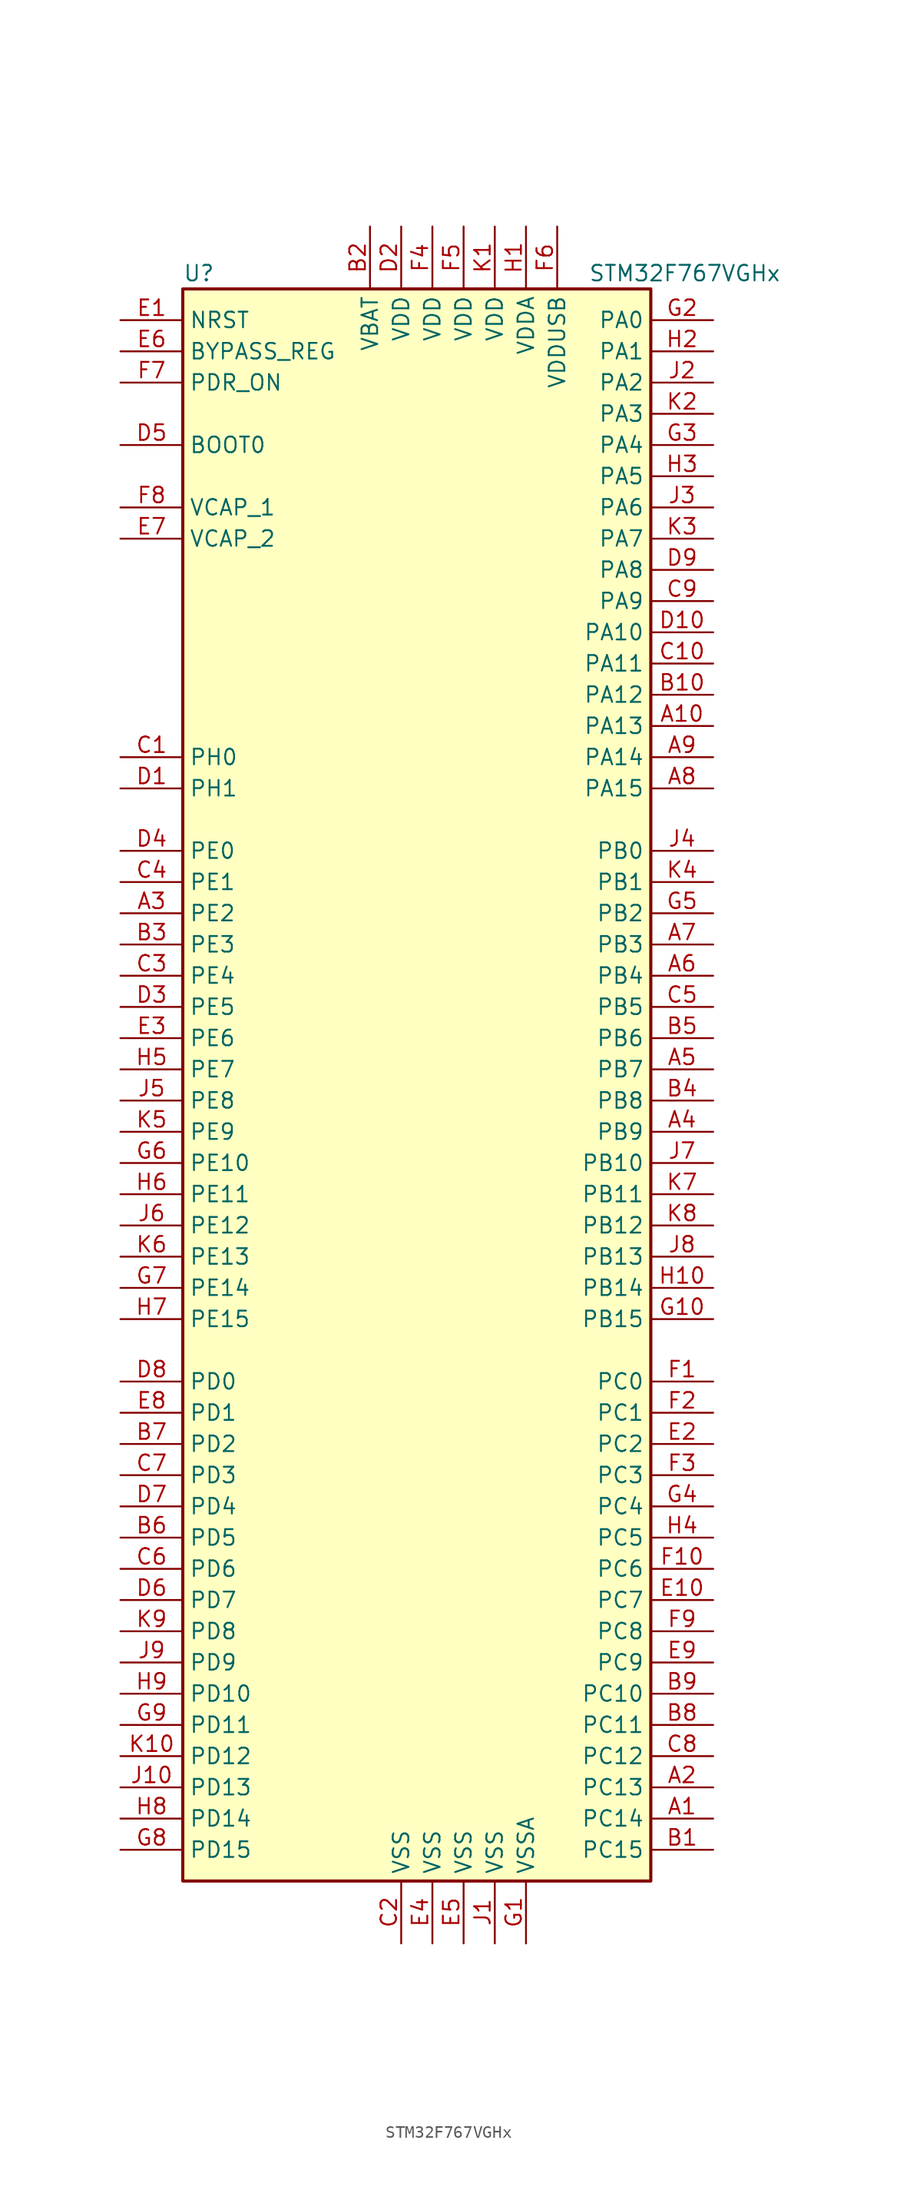
<source format=kicad_sym>
(kicad_symbol_lib
  (version 20220914)
  (generator kicad_symbol_editor)
  (symbol "STM32F767VGHx"
    (property "Reference" "U"
      (at -20.32 64.77 0)
      (effects (font (size 1.27 1.27)) (justify left)))
    (property "Value" "STM32F767VGHx"
      (at 12.7 64.77 0)
      (effects (font (size 1.27 1.27)) (justify left)))
    (symbol "STM32F767VGHx_0_1"
      (rectangle (start -20.32 -66.04) (end 17.78 63.5) (stroke (width 0.254) (type default)) (fill (type background))))
    (symbol "STM32F767VGHx_1_1"
      (pin bidirectional line (at 22.86 -60.96 180) (length 5.08) (name "PC14" (effects (font (size 1.27 1.27)))) (number "A1" (effects (font (size 1.27 1.27)))))
      (pin bidirectional line (at 22.86 27.94 180) (length 5.08) (name "PA13" (effects (font (size 1.27 1.27)))) (number "A10" (effects (font (size 1.27 1.27)))))
      (pin bidirectional line (at 22.86 -58.42 180) (length 5.08) (name "PC13" (effects (font (size 1.27 1.27)))) (number "A2" (effects (font (size 1.27 1.27)))))
      (pin bidirectional line (at -25.4 12.7 0) (length 5.08) (name "PE2" (effects (font (size 1.27 1.27)))) (number "A3" (effects (font (size 1.27 1.27)))))
      (pin bidirectional line (at 22.86 -5.08 180) (length 5.08) (name "PB9" (effects (font (size 1.27 1.27)))) (number "A4" (effects (font (size 1.27 1.27)))))
      (pin bidirectional line (at 22.86 0 180) (length 5.08) (name "PB7" (effects (font (size 1.27 1.27)))) (number "A5" (effects (font (size 1.27 1.27)))))
      (pin bidirectional line (at 22.86 7.62 180) (length 5.08) (name "PB4" (effects (font (size 1.27 1.27)))) (number "A6" (effects (font (size 1.27 1.27)))))
      (pin bidirectional line (at 22.86 10.16 180) (length 5.08) (name "PB3" (effects (font (size 1.27 1.27)))) (number "A7" (effects (font (size 1.27 1.27)))))
      (pin bidirectional line (at 22.86 22.86 180) (length 5.08) (name "PA15" (effects (font (size 1.27 1.27)))) (number "A8" (effects (font (size 1.27 1.27)))))
      (pin bidirectional line (at 22.86 25.4 180) (length 5.08) (name "PA14" (effects (font (size 1.27 1.27)))) (number "A9" (effects (font (size 1.27 1.27)))))
      (pin bidirectional line (at 22.86 -63.5 180) (length 5.08) (name "PC15" (effects (font (size 1.27 1.27)))) (number "B1" (effects (font (size 1.27 1.27)))))
      (pin bidirectional line (at 22.86 30.48 180) (length 5.08) (name "PA12" (effects (font (size 1.27 1.27)))) (number "B10" (effects (font (size 1.27 1.27)))))
      (pin power_in line (at -5.08 68.58 270) (length 5.08) (name "VBAT" (effects (font (size 1.27 1.27)))) (number "B2" (effects (font (size 1.27 1.27)))))
      (pin bidirectional line (at -25.4 10.16 0) (length 5.08) (name "PE3" (effects (font (size 1.27 1.27)))) (number "B3" (effects (font (size 1.27 1.27)))))
      (pin bidirectional line (at 22.86 -2.54 180) (length 5.08) (name "PB8" (effects (font (size 1.27 1.27)))) (number "B4" (effects (font (size 1.27 1.27)))))
      (pin bidirectional line (at 22.86 2.54 180) (length 5.08) (name "PB6" (effects (font (size 1.27 1.27)))) (number "B5" (effects (font (size 1.27 1.27)))))
      (pin bidirectional line (at -25.4 -38.1 0) (length 5.08) (name "PD5" (effects (font (size 1.27 1.27)))) (number "B6" (effects (font (size 1.27 1.27)))))
      (pin bidirectional line (at -25.4 -30.48 0) (length 5.08) (name "PD2" (effects (font (size 1.27 1.27)))) (number "B7" (effects (font (size 1.27 1.27)))))
      (pin bidirectional line (at 22.86 -53.34 180) (length 5.08) (name "PC11" (effects (font (size 1.27 1.27)))) (number "B8" (effects (font (size 1.27 1.27)))))
      (pin bidirectional line (at 22.86 -50.8 180) (length 5.08) (name "PC10" (effects (font (size 1.27 1.27)))) (number "B9" (effects (font (size 1.27 1.27)))))
      (pin input line (at -25.4 25.4 0) (length 5.08) (name "PH0" (effects (font (size 1.27 1.27)))) (number "C1" (effects (font (size 1.27 1.27)))))
      (pin bidirectional line (at 22.86 33.02 180) (length 5.08) (name "PA11" (effects (font (size 1.27 1.27)))) (number "C10" (effects (font (size 1.27 1.27)))))
      (pin power_in line (at -2.54 -71.12 90) (length 5.08) (name "VSS" (effects (font (size 1.27 1.27)))) (number "C2" (effects (font (size 1.27 1.27)))))
      (pin bidirectional line (at -25.4 7.62 0) (length 5.08) (name "PE4" (effects (font (size 1.27 1.27)))) (number "C3" (effects (font (size 1.27 1.27)))))
      (pin bidirectional line (at -25.4 15.24 0) (length 5.08) (name "PE1" (effects (font (size 1.27 1.27)))) (number "C4" (effects (font (size 1.27 1.27)))))
      (pin bidirectional line (at 22.86 5.08 180) (length 5.08) (name "PB5" (effects (font (size 1.27 1.27)))) (number "C5" (effects (font (size 1.27 1.27)))))
      (pin bidirectional line (at -25.4 -40.64 0) (length 5.08) (name "PD6" (effects (font (size 1.27 1.27)))) (number "C6" (effects (font (size 1.27 1.27)))))
      (pin bidirectional line (at -25.4 -33.02 0) (length 5.08) (name "PD3" (effects (font (size 1.27 1.27)))) (number "C7" (effects (font (size 1.27 1.27)))))
      (pin bidirectional line (at 22.86 -55.88 180) (length 5.08) (name "PC12" (effects (font (size 1.27 1.27)))) (number "C8" (effects (font (size 1.27 1.27)))))
      (pin bidirectional line (at 22.86 38.1 180) (length 5.08) (name "PA9" (effects (font (size 1.27 1.27)))) (number "C9" (effects (font (size 1.27 1.27)))))
      (pin input line (at -25.4 22.86 0) (length 5.08) (name "PH1" (effects (font (size 1.27 1.27)))) (number "D1" (effects (font (size 1.27 1.27)))))
      (pin bidirectional line (at 22.86 35.56 180) (length 5.08) (name "PA10" (effects (font (size 1.27 1.27)))) (number "D10" (effects (font (size 1.27 1.27)))))
      (pin power_in line (at -2.54 68.58 270) (length 5.08) (name "VDD" (effects (font (size 1.27 1.27)))) (number "D2" (effects (font (size 1.27 1.27)))))
      (pin bidirectional line (at -25.4 5.08 0) (length 5.08) (name "PE5" (effects (font (size 1.27 1.27)))) (number "D3" (effects (font (size 1.27 1.27)))))
      (pin bidirectional line (at -25.4 17.78 0) (length 5.08) (name "PE0" (effects (font (size 1.27 1.27)))) (number "D4" (effects (font (size 1.27 1.27)))))
      (pin input line (at -25.4 50.8 0) (length 5.08) (name "BOOT0" (effects (font (size 1.27 1.27)))) (number "D5" (effects (font (size 1.27 1.27)))))
      (pin bidirectional line (at -25.4 -43.18 0) (length 5.08) (name "PD7" (effects (font (size 1.27 1.27)))) (number "D6" (effects (font (size 1.27 1.27)))))
      (pin bidirectional line (at -25.4 -35.56 0) (length 5.08) (name "PD4" (effects (font (size 1.27 1.27)))) (number "D7" (effects (font (size 1.27 1.27)))))
      (pin bidirectional line (at -25.4 -25.4 0) (length 5.08) (name "PD0" (effects (font (size 1.27 1.27)))) (number "D8" (effects (font (size 1.27 1.27)))))
      (pin bidirectional line (at 22.86 40.64 180) (length 5.08) (name "PA8" (effects (font (size 1.27 1.27)))) (number "D9" (effects (font (size 1.27 1.27)))))
      (pin input line (at -25.4 60.96 0) (length 5.08) (name "NRST" (effects (font (size 1.27 1.27)))) (number "E1" (effects (font (size 1.27 1.27)))))
      (pin bidirectional line (at 22.86 -43.18 180) (length 5.08) (name "PC7" (effects (font (size 1.27 1.27)))) (number "E10" (effects (font (size 1.27 1.27)))))
      (pin bidirectional line (at 22.86 -30.48 180) (length 5.08) (name "PC2" (effects (font (size 1.27 1.27)))) (number "E2" (effects (font (size 1.27 1.27)))))
      (pin bidirectional line (at -25.4 2.54 0) (length 5.08) (name "PE6" (effects (font (size 1.27 1.27)))) (number "E3" (effects (font (size 1.27 1.27)))))
      (pin power_in line (at 0 -71.12 90) (length 5.08) (name "VSS" (effects (font (size 1.27 1.27)))) (number "E4" (effects (font (size 1.27 1.27)))))
      (pin power_in line (at 2.54 -71.12 90) (length 5.08) (name "VSS" (effects (font (size 1.27 1.27)))) (number "E5" (effects (font (size 1.27 1.27)))))
      (pin input line (at -25.4 58.42 0) (length 5.08) (name "BYPASS_REG" (effects (font (size 1.27 1.27)))) (number "E6" (effects (font (size 1.27 1.27)))))
      (pin power_in line (at -25.4 43.18 0) (length 5.08) (name "VCAP_2" (effects (font (size 1.27 1.27)))) (number "E7" (effects (font (size 1.27 1.27)))))
      (pin bidirectional line (at -25.4 -27.94 0) (length 5.08) (name "PD1" (effects (font (size 1.27 1.27)))) (number "E8" (effects (font (size 1.27 1.27)))))
      (pin bidirectional line (at 22.86 -48.26 180) (length 5.08) (name "PC9" (effects (font (size 1.27 1.27)))) (number "E9" (effects (font (size 1.27 1.27)))))
      (pin bidirectional line (at 22.86 -25.4 180) (length 5.08) (name "PC0" (effects (font (size 1.27 1.27)))) (number "F1" (effects (font (size 1.27 1.27)))))
      (pin bidirectional line (at 22.86 -40.64 180) (length 5.08) (name "PC6" (effects (font (size 1.27 1.27)))) (number "F10" (effects (font (size 1.27 1.27)))))
      (pin bidirectional line (at 22.86 -27.94 180) (length 5.08) (name "PC1" (effects (font (size 1.27 1.27)))) (number "F2" (effects (font (size 1.27 1.27)))))
      (pin bidirectional line (at 22.86 -33.02 180) (length 5.08) (name "PC3" (effects (font (size 1.27 1.27)))) (number "F3" (effects (font (size 1.27 1.27)))))
      (pin power_in line (at 0 68.58 270) (length 5.08) (name "VDD" (effects (font (size 1.27 1.27)))) (number "F4" (effects (font (size 1.27 1.27)))))
      (pin power_in line (at 2.54 68.58 270) (length 5.08) (name "VDD" (effects (font (size 1.27 1.27)))) (number "F5" (effects (font (size 1.27 1.27)))))
      (pin power_in line (at 10.16 68.58 270) (length 5.08) (name "VDDUSB" (effects (font (size 1.27 1.27)))) (number "F6" (effects (font (size 1.27 1.27)))))
      (pin input line (at -25.4 55.88 0) (length 5.08) (name "PDR_ON" (effects (font (size 1.27 1.27)))) (number "F7" (effects (font (size 1.27 1.27)))))
      (pin power_in line (at -25.4 45.72 0) (length 5.08) (name "VCAP_1" (effects (font (size 1.27 1.27)))) (number "F8" (effects (font (size 1.27 1.27)))))
      (pin bidirectional line (at 22.86 -45.72 180) (length 5.08) (name "PC8" (effects (font (size 1.27 1.27)))) (number "F9" (effects (font (size 1.27 1.27)))))
      (pin power_in line (at 7.62 -71.12 90) (length 5.08) (name "VSSA" (effects (font (size 1.27 1.27)))) (number "G1" (effects (font (size 1.27 1.27)))))
      (pin bidirectional line (at 22.86 -20.32 180) (length 5.08) (name "PB15" (effects (font (size 1.27 1.27)))) (number "G10" (effects (font (size 1.27 1.27)))))
      (pin bidirectional line (at 22.86 60.96 180) (length 5.08) (name "PA0" (effects (font (size 1.27 1.27)))) (number "G2" (effects (font (size 1.27 1.27)))))
      (pin bidirectional line (at 22.86 50.8 180) (length 5.08) (name "PA4" (effects (font (size 1.27 1.27)))) (number "G3" (effects (font (size 1.27 1.27)))))
      (pin bidirectional line (at 22.86 -35.56 180) (length 5.08) (name "PC4" (effects (font (size 1.27 1.27)))) (number "G4" (effects (font (size 1.27 1.27)))))
      (pin bidirectional line (at 22.86 12.7 180) (length 5.08) (name "PB2" (effects (font (size 1.27 1.27)))) (number "G5" (effects (font (size 1.27 1.27)))))
      (pin bidirectional line (at -25.4 -7.62 0) (length 5.08) (name "PE10" (effects (font (size 1.27 1.27)))) (number "G6" (effects (font (size 1.27 1.27)))))
      (pin bidirectional line (at -25.4 -17.78 0) (length 5.08) (name "PE14" (effects (font (size 1.27 1.27)))) (number "G7" (effects (font (size 1.27 1.27)))))
      (pin bidirectional line (at -25.4 -63.5 0) (length 5.08) (name "PD15" (effects (font (size 1.27 1.27)))) (number "G8" (effects (font (size 1.27 1.27)))))
      (pin bidirectional line (at -25.4 -53.34 0) (length 5.08) (name "PD11" (effects (font (size 1.27 1.27)))) (number "G9" (effects (font (size 1.27 1.27)))))
      (pin power_in line (at 7.62 68.58 270) (length 5.08) (name "VDDA" (effects (font (size 1.27 1.27)))) (number "H1" (effects (font (size 1.27 1.27)))))
      (pin bidirectional line (at 22.86 -17.78 180) (length 5.08) (name "PB14" (effects (font (size 1.27 1.27)))) (number "H10" (effects (font (size 1.27 1.27)))))
      (pin bidirectional line (at 22.86 58.42 180) (length 5.08) (name "PA1" (effects (font (size 1.27 1.27)))) (number "H2" (effects (font (size 1.27 1.27)))))
      (pin bidirectional line (at 22.86 48.26 180) (length 5.08) (name "PA5" (effects (font (size 1.27 1.27)))) (number "H3" (effects (font (size 1.27 1.27)))))
      (pin bidirectional line (at 22.86 -38.1 180) (length 5.08) (name "PC5" (effects (font (size 1.27 1.27)))) (number "H4" (effects (font (size 1.27 1.27)))))
      (pin bidirectional line (at -25.4 0 0) (length 5.08) (name "PE7" (effects (font (size 1.27 1.27)))) (number "H5" (effects (font (size 1.27 1.27)))))
      (pin bidirectional line (at -25.4 -10.16 0) (length 5.08) (name "PE11" (effects (font (size 1.27 1.27)))) (number "H6" (effects (font (size 1.27 1.27)))))
      (pin bidirectional line (at -25.4 -20.32 0) (length 5.08) (name "PE15" (effects (font (size 1.27 1.27)))) (number "H7" (effects (font (size 1.27 1.27)))))
      (pin bidirectional line (at -25.4 -60.96 0) (length 5.08) (name "PD14" (effects (font (size 1.27 1.27)))) (number "H8" (effects (font (size 1.27 1.27)))))
      (pin bidirectional line (at -25.4 -50.8 0) (length 5.08) (name "PD10" (effects (font (size 1.27 1.27)))) (number "H9" (effects (font (size 1.27 1.27)))))
      (pin power_in line (at 5.08 -71.12 90) (length 5.08) (name "VSS" (effects (font (size 1.27 1.27)))) (number "J1" (effects (font (size 1.27 1.27)))))
      (pin bidirectional line (at -25.4 -58.42 0) (length 5.08) (name "PD13" (effects (font (size 1.27 1.27)))) (number "J10" (effects (font (size 1.27 1.27)))))
      (pin bidirectional line (at 22.86 55.88 180) (length 5.08) (name "PA2" (effects (font (size 1.27 1.27)))) (number "J2" (effects (font (size 1.27 1.27)))))
      (pin bidirectional line (at 22.86 45.72 180) (length 5.08) (name "PA6" (effects (font (size 1.27 1.27)))) (number "J3" (effects (font (size 1.27 1.27)))))
      (pin bidirectional line (at 22.86 17.78 180) (length 5.08) (name "PB0" (effects (font (size 1.27 1.27)))) (number "J4" (effects (font (size 1.27 1.27)))))
      (pin bidirectional line (at -25.4 -2.54 0) (length 5.08) (name "PE8" (effects (font (size 1.27 1.27)))) (number "J5" (effects (font (size 1.27 1.27)))))
      (pin bidirectional line (at -25.4 -12.7 0) (length 5.08) (name "PE12" (effects (font (size 1.27 1.27)))) (number "J6" (effects (font (size 1.27 1.27)))))
      (pin bidirectional line (at 22.86 -7.62 180) (length 5.08) (name "PB10" (effects (font (size 1.27 1.27)))) (number "J7" (effects (font (size 1.27 1.27)))))
      (pin bidirectional line (at 22.86 -15.24 180) (length 5.08) (name "PB13" (effects (font (size 1.27 1.27)))) (number "J8" (effects (font (size 1.27 1.27)))))
      (pin bidirectional line (at -25.4 -48.26 0) (length 5.08) (name "PD9" (effects (font (size 1.27 1.27)))) (number "J9" (effects (font (size 1.27 1.27)))))
      (pin power_in line (at 5.08 68.58 270) (length 5.08) (name "VDD" (effects (font (size 1.27 1.27)))) (number "K1" (effects (font (size 1.27 1.27)))))
      (pin bidirectional line (at -25.4 -55.88 0) (length 5.08) (name "PD12" (effects (font (size 1.27 1.27)))) (number "K10" (effects (font (size 1.27 1.27)))))
      (pin bidirectional line (at 22.86 53.34 180) (length 5.08) (name "PA3" (effects (font (size 1.27 1.27)))) (number "K2" (effects (font (size 1.27 1.27)))))
      (pin bidirectional line (at 22.86 43.18 180) (length 5.08) (name "PA7" (effects (font (size 1.27 1.27)))) (number "K3" (effects (font (size 1.27 1.27)))))
      (pin bidirectional line (at 22.86 15.24 180) (length 5.08) (name "PB1" (effects (font (size 1.27 1.27)))) (number "K4" (effects (font (size 1.27 1.27)))))
      (pin bidirectional line (at -25.4 -5.08 0) (length 5.08) (name "PE9" (effects (font (size 1.27 1.27)))) (number "K5" (effects (font (size 1.27 1.27)))))
      (pin bidirectional line (at -25.4 -15.24 0) (length 5.08) (name "PE13" (effects (font (size 1.27 1.27)))) (number "K6" (effects (font (size 1.27 1.27)))))
      (pin bidirectional line (at 22.86 -10.16 180) (length 5.08) (name "PB11" (effects (font (size 1.27 1.27)))) (number "K7" (effects (font (size 1.27 1.27)))))
      (pin bidirectional line (at 22.86 -12.7 180) (length 5.08) (name "PB12" (effects (font (size 1.27 1.27)))) (number "K8" (effects (font (size 1.27 1.27)))))
      (pin bidirectional line (at -25.4 -45.72 0) (length 5.08) (name "PD8" (effects (font (size 1.27 1.27)))) (number "K9" (effects (font (size 1.27 1.27))))))))
</source>
